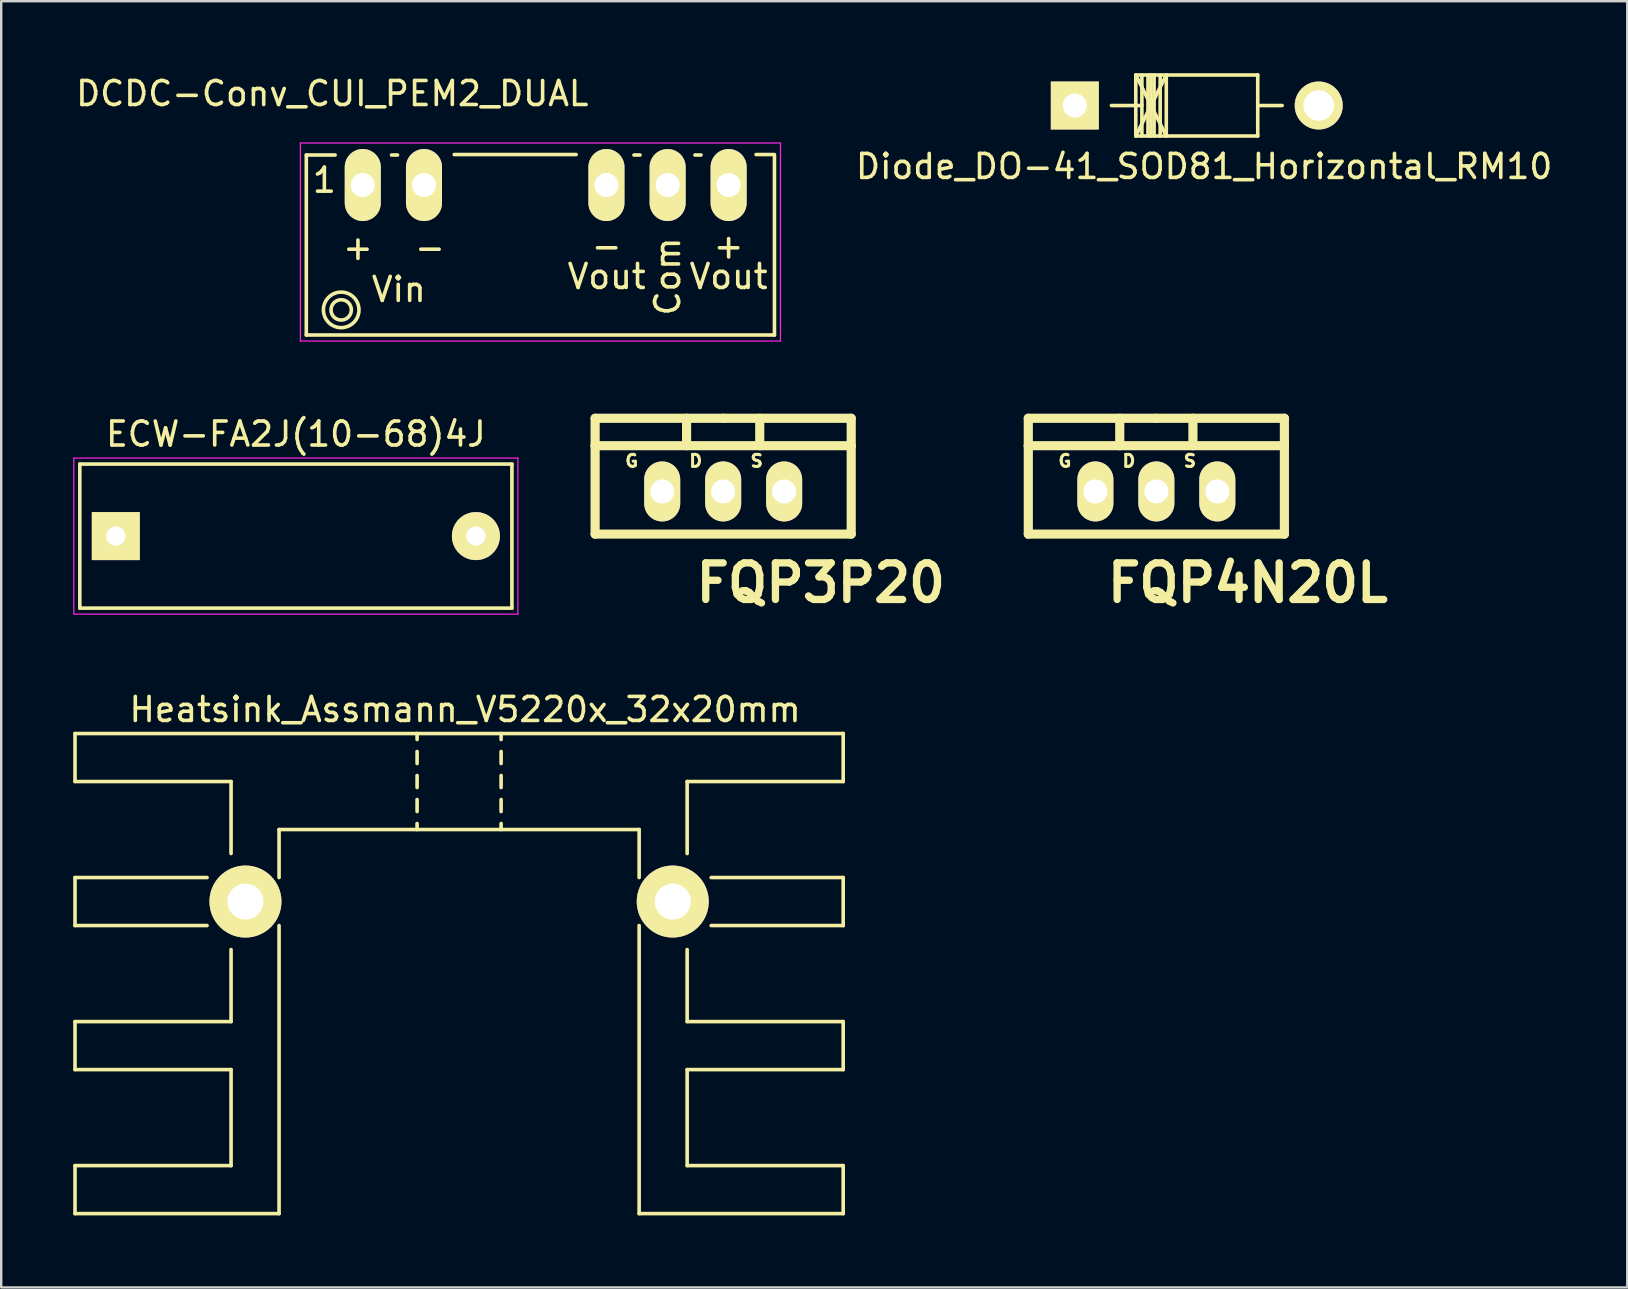
<source format=kicad_pcb>
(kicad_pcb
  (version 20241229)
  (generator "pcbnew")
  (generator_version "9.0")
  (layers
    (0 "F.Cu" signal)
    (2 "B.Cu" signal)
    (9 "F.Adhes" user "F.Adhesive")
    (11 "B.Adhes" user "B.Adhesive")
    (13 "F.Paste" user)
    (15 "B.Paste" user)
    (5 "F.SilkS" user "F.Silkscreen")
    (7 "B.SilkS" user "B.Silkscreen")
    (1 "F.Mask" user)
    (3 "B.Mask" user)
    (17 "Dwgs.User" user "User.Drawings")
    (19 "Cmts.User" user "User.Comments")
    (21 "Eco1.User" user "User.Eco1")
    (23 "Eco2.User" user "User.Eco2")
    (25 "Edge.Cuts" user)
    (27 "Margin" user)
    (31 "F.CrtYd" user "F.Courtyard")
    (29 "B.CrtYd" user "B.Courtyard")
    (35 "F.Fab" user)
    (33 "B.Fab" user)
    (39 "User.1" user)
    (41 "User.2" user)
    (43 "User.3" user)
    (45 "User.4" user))
  (footprint "ECW-FA2J(10-68)4J"
    (layer "F.Cu")
    (at 1.775 19.282)
    (property "Reference" "ECW-FA2J(10-68)4J" (at 7.5 -4.25 0) (layer "F.SilkS") (effects (font (size 1 1) (thickness 0.15))))
    (attr through_hole)
    (fp_line (start -1.5 -3) (end 16.5 -3) (stroke (width 0.15) (type solid)) (layer "F.SilkS"))
    (fp_line (start -1.5 3) (end -1.5 -3) (stroke (width 0.15) (type solid)) (layer "F.SilkS"))
    (fp_line (start 16.5 -3) (end 16.5 3) (stroke (width 0.15) (type solid)) (layer "F.SilkS"))
    (fp_line (start 16.5 3) (end -1.5 3) (stroke (width 0.15) (type solid)) (layer "F.SilkS"))
    (fp_line (start -1.75 -3.25) (end 16.75 -3.25) (stroke (width 0.05) (type solid)) (layer "F.CrtYd"))
    (fp_line (start -1.75 3.25) (end -1.75 -3.25) (stroke (width 0.05) (type solid)) (layer "F.CrtYd"))
    (fp_line (start 16.75 -3.25) (end 16.75 3.25) (stroke (width 0.05) (type solid)) (layer "F.CrtYd"))
    (fp_line (start 16.75 3.25) (end -1.75 3.25) (stroke (width 0.05) (type solid)) (layer "F.CrtYd"))
    (pad "1" thru_hole rect (at 0 0) (size 2 2) (drill 0.8) (layers "*.Cu" "*.Mask" "F.SilkS"))
    (pad "2" thru_hole circle (at 15 0) (size 2 2) (drill 0.8) (layers "*.Cu" "*.Mask" "F.SilkS")))
  (footprint "FQP3P20"
    (layer "F.Cu")
    (at 27.075 17.422)
    (property "Reference" "FQP3P20" (at 4.064 3.81 0) (layer "F.SilkS") (effects (font (size 1.524 1.524) (thickness 0.305))))
    (attr through_hole)
    (fp_line (start -5.334 -1.905) (end -5.334 -3.048) (stroke (width 0.381) (type solid)) (layer "F.SilkS"))
    (fp_line (start -5.334 1.778) (end -5.334 -1.905) (stroke (width 0.381) (type solid)) (layer "F.SilkS"))
    (fp_line (start -1.524 -3.048) (end -1.524 -1.905) (stroke (width 0.381) (type solid)) (layer "F.SilkS"))
    (fp_line (start 0 -3.048) (end -5.334 -3.048) (stroke (width 0.381) (type solid)) (layer "F.SilkS"))
    (fp_line (start 0 -3.048) (end 5.334 -3.048) (stroke (width 0.381) (type solid)) (layer "F.SilkS"))
    (fp_line (start 1.524 -3.048) (end 1.524 -1.905) (stroke (width 0.381) (type solid)) (layer "F.SilkS"))
    (fp_line (start 5.334 -3.048) (end 5.334 -1.905) (stroke (width 0.381) (type solid)) (layer "F.SilkS"))
    (fp_line (start 5.334 -1.905) (end -5.334 -1.905) (stroke (width 0.381) (type solid)) (layer "F.SilkS"))
    (fp_line (start 5.334 -1.905) (end 5.334 1.778) (stroke (width 0.381) (type solid)) (layer "F.SilkS"))
    (fp_line (start 5.334 1.778) (end -5.334 1.778) (stroke (width 0.381) (type solid)) (layer "F.SilkS"))
    (fp_text user "D" (at -1.143 -1.27 0) (layer "F.SilkS") (effects (font (size 0.5 0.5) (thickness 0.124))))
    (fp_text user "S" (at 1.397 -1.27 0) (layer "F.SilkS") (effects (font (size 0.5 0.5) (thickness 0.124))))
    (fp_text user "G" (at -3.81 -1.27 0) (layer "F.SilkS") (effects (font (size 0.5 0.5) (thickness 0.124))))
    (pad "1" thru_hole oval (at 2.54 0 90) (size 2.499 1.501) (drill 1.001) (layers "*.Cu" "*.Mask" "F.SilkS"))
    (pad "2" thru_hole oval (at 0 0 90) (size 2.499 1.501) (drill 1.001) (layers "*.Cu" "*.Mask" "F.SilkS"))
    (pad "3" thru_hole oval (at -2.54 0 90) (size 2.499 1.501) (drill 1.001) (layers "*.Cu" "*.Mask" "F.SilkS")))
  (footprint "Heatsink_Assmann_V5220x_32x20mm"
    (layer "F.Cu")
    (at 16.075 34.506)
    (property "Reference" "Heatsink_Assmann_V5220x_32x20mm" (at 0.25 -8 0) (layer "F.SilkS") (effects (font (size 1 1) (thickness 0.15))))
    (attr through_hole)
    (fp_line (start -16 -7) (end -16 -5) (stroke (width 0.15) (type solid)) (layer "F.SilkS"))
    (fp_line (start -16 -7) (end 16 -7) (stroke (width 0.15) (type solid)) (layer "F.SilkS"))
    (fp_line (start -16 -5) (end -9.5 -5) (stroke (width 0.15) (type solid)) (layer "F.SilkS"))
    (fp_line (start -16 -1) (end -16 1) (stroke (width 0.15) (type solid)) (layer "F.SilkS"))
    (fp_line (start -16 -1) (end -10.5 -1) (stroke (width 0.15) (type solid)) (layer "F.SilkS"))
    (fp_line (start -16 1) (end -10.5 1) (stroke (width 0.15) (type solid)) (layer "F.SilkS"))
    (fp_line (start -16 5) (end -16 7) (stroke (width 0.15) (type solid)) (layer "F.SilkS"))
    (fp_line (start -16 5) (end -9.5 5) (stroke (width 0.15) (type solid)) (layer "F.SilkS"))
    (fp_line (start -16 11) (end -16 13) (stroke (width 0.15) (type solid)) (layer "F.SilkS"))
    (fp_line (start -16 11) (end -9.5 11) (stroke (width 0.15) (type solid)) (layer "F.SilkS"))
    (fp_line (start -9.5 -5) (end -9.5 -2) (stroke (width 0.15) (type solid)) (layer "F.SilkS"))
    (fp_line (start -9.5 5) (end -9.5 2) (stroke (width 0.15) (type solid)) (layer "F.SilkS"))
    (fp_line (start -9.5 7) (end -16 7) (stroke (width 0.15) (type solid)) (layer "F.SilkS"))
    (fp_line (start -9.5 11) (end -9.5 7) (stroke (width 0.15) (type solid)) (layer "F.SilkS"))
    (fp_line (start -7.5 -3) (end -7.5 -1) (stroke (width 0.15) (type solid)) (layer "F.SilkS"))
    (fp_line (start -7.5 -3) (end 7.5 -3) (stroke (width 0.15) (type solid)) (layer "F.SilkS"))
    (fp_line (start -7.5 1) (end -7.5 13) (stroke (width 0.15) (type solid)) (layer "F.SilkS"))
    (fp_line (start -7.5 13) (end -16 13) (stroke (width 0.15) (type solid)) (layer "F.SilkS"))
    (fp_line (start -1.75 -6.75) (end -1.75 -7) (stroke (width 0.15) (type solid)) (layer "F.SilkS"))
    (fp_line (start -1.75 -5.75) (end -1.75 -6.25) (stroke (width 0.15) (type solid)) (layer "F.SilkS"))
    (fp_line (start -1.75 -5.25) (end -1.75 -4.75) (stroke (width 0.15) (type solid)) (layer "F.SilkS"))
    (fp_line (start -1.75 -4.25) (end -1.75 -3.75) (stroke (width 0.15) (type solid)) (layer "F.SilkS"))
    (fp_line (start -1.75 -3.25) (end -1.75 -3) (stroke (width 0.15) (type solid)) (layer "F.SilkS"))
    (fp_line (start 1.75 -6.75) (end 1.75 -7) (stroke (width 0.15) (type solid)) (layer "F.SilkS"))
    (fp_line (start 1.75 -5.75) (end 1.75 -6.25) (stroke (width 0.15) (type solid)) (layer "F.SilkS"))
    (fp_line (start 1.75 -4.75) (end 1.75 -5.25) (stroke (width 0.15) (type solid)) (layer "F.SilkS"))
    (fp_line (start 1.75 -4.25) (end 1.75 -3.75) (stroke (width 0.15) (type solid)) (layer "F.SilkS"))
    (fp_line (start 1.75 -3.25) (end 1.75 -3) (stroke (width 0.15) (type solid)) (layer "F.SilkS"))
    (fp_line (start 7.5 -3) (end 7.5 -1) (stroke (width 0.15) (type solid)) (layer "F.SilkS"))
    (fp_line (start 7.5 1) (end 7.5 13) (stroke (width 0.15) (type solid)) (layer "F.SilkS"))
    (fp_line (start 7.5 13) (end 16 13) (stroke (width 0.15) (type solid)) (layer "F.SilkS"))
    (fp_line (start 9.5 -5) (end 9.5 -2) (stroke (width 0.15) (type solid)) (layer "F.SilkS"))
    (fp_line (start 9.5 5) (end 9.5 2) (stroke (width 0.15) (type solid)) (layer "F.SilkS"))
    (fp_line (start 9.5 7) (end 16 7) (stroke (width 0.15) (type solid)) (layer "F.SilkS"))
    (fp_line (start 9.5 11) (end 9.5 7) (stroke (width 0.15) (type solid)) (layer "F.SilkS"))
    (fp_line (start 16 -7) (end 16 -5) (stroke (width 0.15) (type solid)) (layer "F.SilkS"))
    (fp_line (start 16 -5) (end 9.5 -5) (stroke (width 0.15) (type solid)) (layer "F.SilkS"))
    (fp_line (start 16 -1) (end 10.5 -1) (stroke (width 0.15) (type solid)) (layer "F.SilkS"))
    (fp_line (start 16 -1) (end 16 1) (stroke (width 0.15) (type solid)) (layer "F.SilkS"))
    (fp_line (start 16 1) (end 10.5 1) (stroke (width 0.15) (type solid)) (layer "F.SilkS"))
    (fp_line (start 16 5) (end 9.5 5) (stroke (width 0.15) (type solid)) (layer "F.SilkS"))
    (fp_line (start 16 5) (end 16 7) (stroke (width 0.15) (type solid)) (layer "F.SilkS"))
    (fp_line (start 16 11) (end 9.5 11) (stroke (width 0.15) (type solid)) (layer "F.SilkS"))
    (fp_line (start 16 13) (end 16 11) (stroke (width 0.15) (type solid)) (layer "F.SilkS"))
    (pad "1" thru_hole circle (at -8.9 0) (size 3 3) (drill 1.5) (layers "*.Cu" "*.Mask" "F.SilkS"))
    (pad "1" thru_hole circle (at 8.9 0) (size 3 3) (drill 1.5) (layers "*.Cu" "*.Mask" "F.SilkS")))
  (footprint "FQP4N20L"
    (layer "F.Cu")
    (at 45.12 17.422)
    (property "Reference" "FQP4N20L" (at 3.81 3.81 0) (layer "F.SilkS") (effects (font (size 1.524 1.524) (thickness 0.305))))
    (attr through_hole)
    (fp_line (start -5.334 -1.905) (end -5.334 -3.048) (stroke (width 0.381) (type solid)) (layer "F.SilkS"))
    (fp_line (start -5.334 1.778) (end -5.334 -1.905) (stroke (width 0.381) (type solid)) (layer "F.SilkS"))
    (fp_line (start -1.524 -3.048) (end -1.524 -1.905) (stroke (width 0.381) (type solid)) (layer "F.SilkS"))
    (fp_line (start 0 -3.048) (end -5.334 -3.048) (stroke (width 0.381) (type solid)) (layer "F.SilkS"))
    (fp_line (start 0 -3.048) (end 5.334 -3.048) (stroke (width 0.381) (type solid)) (layer "F.SilkS"))
    (fp_line (start 1.524 -3.048) (end 1.524 -1.905) (stroke (width 0.381) (type solid)) (layer "F.SilkS"))
    (fp_line (start 5.334 -3.048) (end 5.334 -1.905) (stroke (width 0.381) (type solid)) (layer "F.SilkS"))
    (fp_line (start 5.334 -1.905) (end -5.334 -1.905) (stroke (width 0.381) (type solid)) (layer "F.SilkS"))
    (fp_line (start 5.334 -1.905) (end 5.334 1.778) (stroke (width 0.381) (type solid)) (layer "F.SilkS"))
    (fp_line (start 5.334 1.778) (end -5.334 1.778) (stroke (width 0.381) (type solid)) (layer "F.SilkS"))
    (fp_text user "D" (at -1.143 -1.27 0) (layer "F.SilkS") (effects (font (size 0.5 0.5) (thickness 0.124))))
    (fp_text user "S" (at 1.397 -1.27 0) (layer "F.SilkS") (effects (font (size 0.5 0.5) (thickness 0.124))))
    (fp_text user "G" (at -3.81 -1.27 0) (layer "F.SilkS") (effects (font (size 0.5 0.5) (thickness 0.124))))
    (pad "1" thru_hole oval (at 2.54 0 90) (size 2.499 1.501) (drill 1.001) (layers "*.Cu" "*.Mask" "F.SilkS"))
    (pad "2" thru_hole oval (at 0 0 90) (size 2.499 1.501) (drill 1.001) (layers "*.Cu" "*.Mask" "F.SilkS"))
    (pad "3" thru_hole oval (at -2.54 0 90) (size 2.499 1.501) (drill 1.001) (layers "*.Cu" "*.Mask" "F.SilkS")))
  (footprint "Diode_DO-41_SOD81_Horizontal_RM10"
    (layer "F.Cu")
    (at 41.724 1.348)
    (property "Reference" "Diode_DO-41_SOD81_Horizontal_RM10" (at 5.387 2.537 0) (layer "F.SilkS") (effects (font (size 1 1) (thickness 0.15))))
    (attr through_hole)
    (fp_line (start 2.54 -1.273) (end 3.81 1.267) (stroke (width 0.15) (type solid)) (layer "F.SilkS"))
    (fp_line (start 2.54 -1.273) (end 7.62 -1.273) (stroke (width 0.15) (type solid)) (layer "F.SilkS"))
    (fp_line (start 2.54 1.267) (end 2.54 -1.273) (stroke (width 0.15) (type solid)) (layer "F.SilkS"))
    (fp_line (start 2.794 -1.273) (end 2.794 1.267) (stroke (width 0.15) (type solid)) (layer "F.SilkS"))
    (fp_line (start 2.794 -0.003) (end 1.524 -0.003) (stroke (width 0.15) (type solid)) (layer "F.SilkS"))
    (fp_line (start 3.048 -1.273) (end 3.048 1.267) (stroke (width 0.15) (type solid)) (layer "F.SilkS"))
    (fp_line (start 3.175 -1.273) (end 3.175 1.267) (stroke (width 0.15) (type solid)) (layer "F.SilkS"))
    (fp_line (start 3.302 -1.273) (end 3.302 1.267) (stroke (width 0.15) (type solid)) (layer "F.SilkS"))
    (fp_line (start 3.556 -1.273) (end 3.556 1.267) (stroke (width 0.15) (type solid)) (layer "F.SilkS"))
    (fp_line (start 3.81 -1.273) (end 2.54 1.267) (stroke (width 0.15) (type solid)) (layer "F.SilkS"))
    (fp_line (start 3.81 -1.273) (end 3.81 1.267) (stroke (width 0.15) (type solid)) (layer "F.SilkS"))
    (fp_line (start 7.62 -1.273) (end 7.62 1.267) (stroke (width 0.15) (type solid)) (layer "F.SilkS"))
    (fp_line (start 7.62 -0.003) (end 8.636 -0.003) (stroke (width 0.15) (type solid)) (layer "F.SilkS"))
    (fp_line (start 7.62 1.267) (end 2.54 1.267) (stroke (width 0.15) (type solid)) (layer "F.SilkS"))
    (pad "1" thru_hole rect (at 0 -0.003 180) (size 1.999 1.999) (drill 1.001) (layers "*.Cu" "*.Mask" "F.SilkS"))
    (pad "2" thru_hole circle (at 10.16 -0.003 180) (size 1.999 1.999) (drill 1.27) (layers "*.Cu" "*.Mask" "F.SilkS")))
  (footprint "DCDC-Conv_CUI_PEM2_DUAL"
    (layer "F.Cu")
    (at 12.062 4.658)
    (property "Reference" "DCDC-Conv_CUI_PEM2_DUAL" (at -1.27 -3.81 0) (layer "F.SilkS") (effects (font (size 1 1) (thickness 0.15))))
    (attr through_hole)
    (fp_line (start -2.352 -1.25) (end -2.352 6.248) (stroke (width 0.15) (type solid)) (layer "F.SilkS"))
    (fp_line (start -2.352 6.248) (end 17.15 6.248) (stroke (width 0.15) (type solid)) (layer "F.SilkS"))
    (fp_line (start -1.151 -1.25) (end -2.352 -1.25) (stroke (width 0.15) (type solid)) (layer "F.SilkS"))
    (fp_line (start 1.448 -1.25) (end 1.199 -1.25) (stroke (width 0.15) (type solid)) (layer "F.SilkS"))
    (fp_line (start 8.89 -1.27) (end 3.81 -1.27) (stroke (width 0.15) (type solid)) (layer "F.SilkS"))
    (fp_line (start 11.549 -1.25) (end 11.298 -1.25) (stroke (width 0.15) (type solid)) (layer "F.SilkS"))
    (fp_line (start 14.089 -1.25) (end 13.838 -1.25) (stroke (width 0.15) (type solid)) (layer "F.SilkS"))
    (fp_line (start 16.383 -1.27) (end 17.145 -1.27) (stroke (width 0.15) (type solid)) (layer "F.SilkS"))
    (fp_line (start 17.15 6.248) (end 17.15 -1.25) (stroke (width 0.15) (type solid)) (layer "F.SilkS"))
    (fp_circle (center -0.899 5.201) (end -0.6 5.501) (stroke (width 0.15) (type solid)) (fill no) (layer "F.SilkS"))
    (fp_circle (center -0.899 5.201) (end -0.351 5.699) (stroke (width 0.15) (type solid)) (fill no) (layer "F.SilkS"))
    (fp_line (start -2.6 -1.75) (end -2.6 6.5) (stroke (width 0.05) (type solid)) (layer "F.CrtYd"))
    (fp_line (start -2.6 -1.75) (end 17.4 -1.75) (stroke (width 0.05) (type solid)) (layer "F.CrtYd"))
    (fp_line (start -2.6 6.5) (end 17.4 6.5) (stroke (width 0.05) (type solid)) (layer "F.CrtYd"))
    (fp_line (start 17.4 -1.75) (end 17.4 6.5) (stroke (width 0.05) (type solid)) (layer "F.CrtYd"))
    (fp_text user "+" (at 15.24 2.54 0) (layer "F.SilkS") (effects (font (size 1 1) (thickness 0.15))))
    (fp_text user "Vout" (at 10.16 3.81 0) (layer "F.SilkS") (effects (font (size 1 1) (thickness 0.15))))
    (fp_text user "-" (at 2.799 2.6 0) (layer "F.SilkS") (effects (font (size 1 1) (thickness 0.15))))
    (fp_text user "Vout" (at 15.24 3.81 0) (layer "F.SilkS") (effects (font (size 1 1) (thickness 0.15))))
    (fp_text user "Com" (at 12.7 3.81 90) (layer "F.SilkS") (effects (font (size 1 1) (thickness 0.15))))
    (fp_text user "Vin" (at 1.501 4.35 0) (layer "F.SilkS") (effects (font (size 1 1) (thickness 0.15))))
    (fp_text user "-" (at 10.16 2.54 0) (layer "F.SilkS") (effects (font (size 1 1) (thickness 0.15))))
    (fp_text user "1" (at -1.6 -0.2 0) (layer "F.SilkS") (effects (font (size 1 1) (thickness 0.15))))
    (fp_text user "+" (at -0.201 2.6 0) (layer "F.SilkS") (effects (font (size 1 1) (thickness 0.15))))
    (pad "1" thru_hole oval (at 0 0) (size 1.501 3) (drill 1.001) (layers "*.Cu" "*.Mask" "F.SilkS"))
    (pad "2" thru_hole oval (at 2.55 0) (size 1.501 3) (drill 1.001) (layers "*.Cu" "*.Mask" "F.SilkS"))
    (pad "5" thru_hole oval (at 10.15 0) (size 1.501 3) (drill 1.001) (layers "*.Cu" "*.Mask" "F.SilkS"))
    (pad "6" thru_hole oval (at 12.7 0) (size 1.501 3) (drill 1.001) (layers "*.Cu" "*.Mask" "F.SilkS"))
    (pad "7" thru_hole oval (at 15.24 0) (size 1.501 3) (drill 1.001) (layers "*.Cu" "*.Mask" "F.SilkS")))
  (gr_rect
    (start -3 -3)
    (end 64.737 50.581)
    (stroke (width 0.1) (type default))
    (fill no)
    (layer "Edge.Cuts")))
</source>
